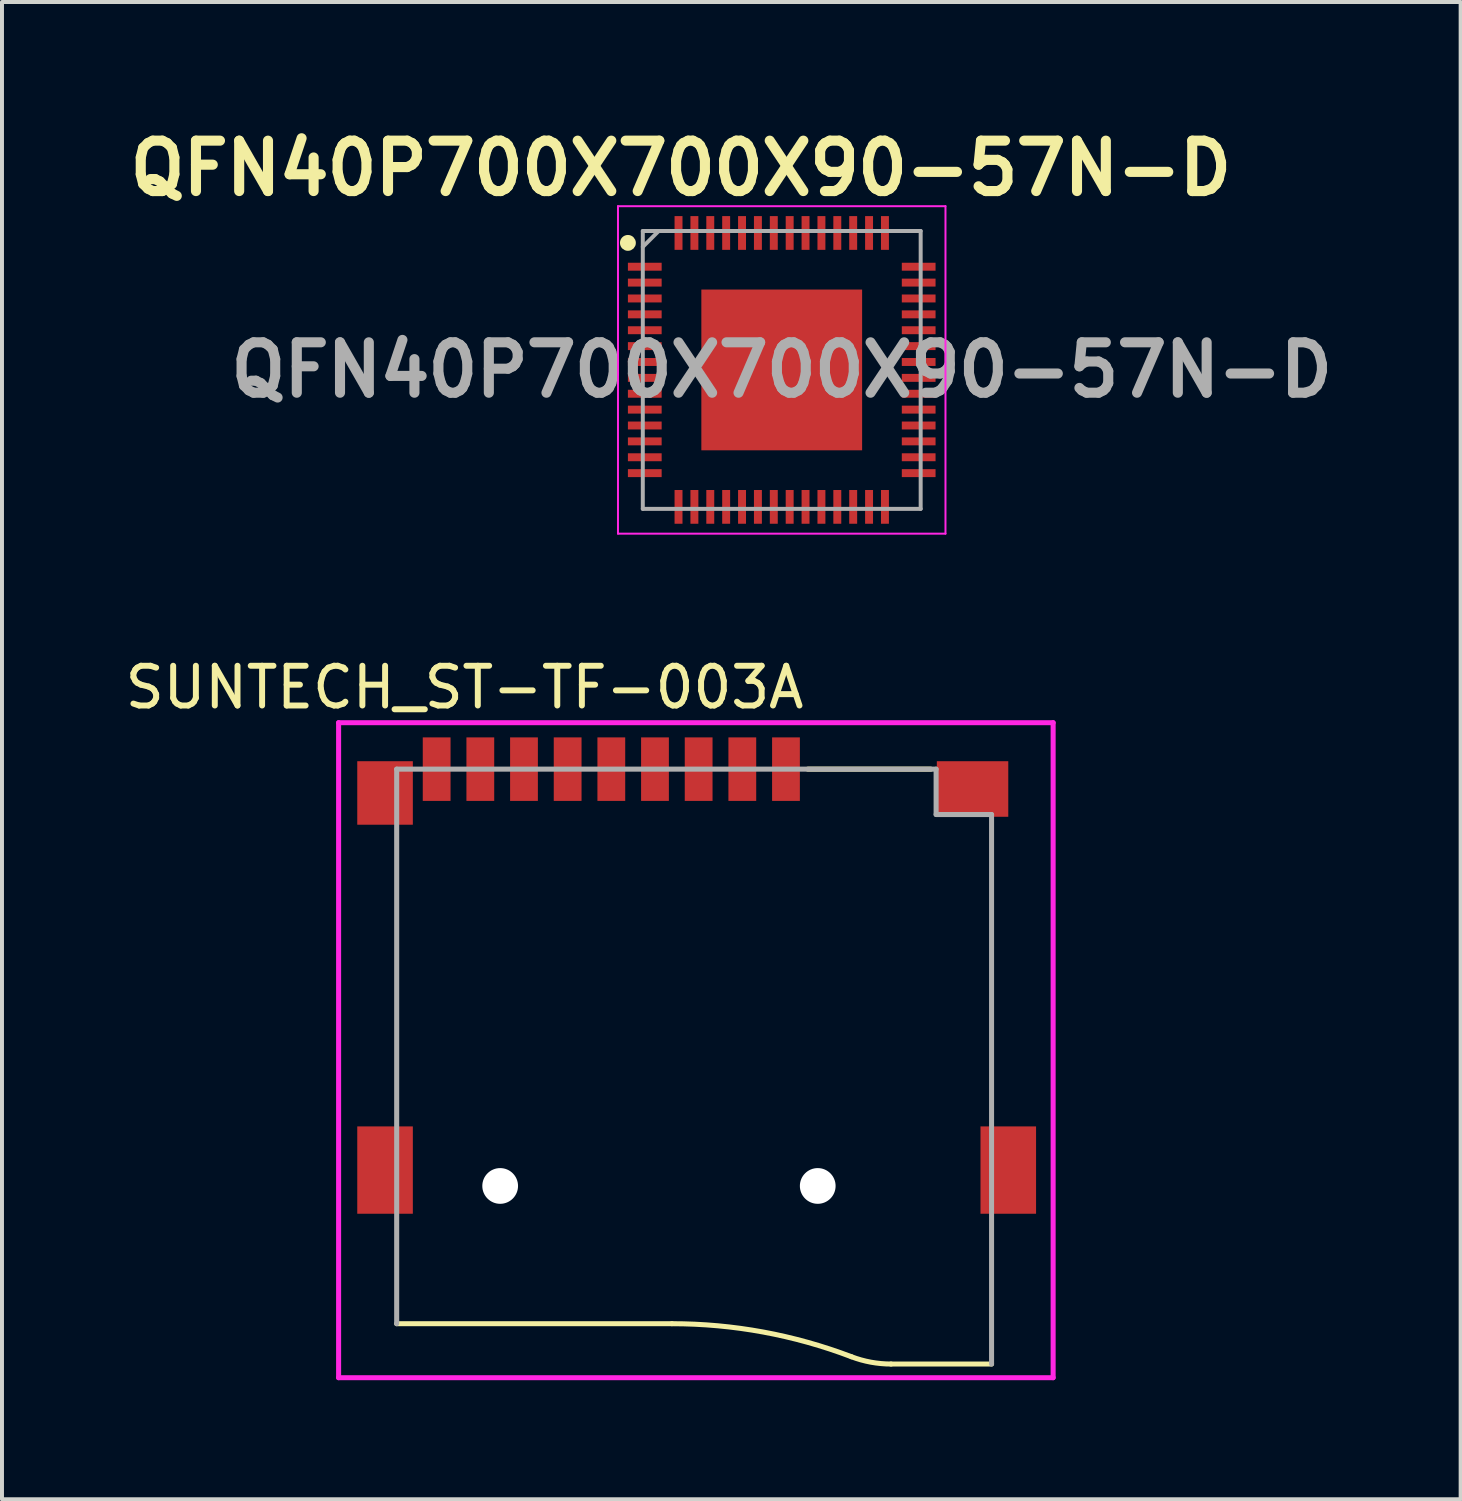
<source format=kicad_pcb>
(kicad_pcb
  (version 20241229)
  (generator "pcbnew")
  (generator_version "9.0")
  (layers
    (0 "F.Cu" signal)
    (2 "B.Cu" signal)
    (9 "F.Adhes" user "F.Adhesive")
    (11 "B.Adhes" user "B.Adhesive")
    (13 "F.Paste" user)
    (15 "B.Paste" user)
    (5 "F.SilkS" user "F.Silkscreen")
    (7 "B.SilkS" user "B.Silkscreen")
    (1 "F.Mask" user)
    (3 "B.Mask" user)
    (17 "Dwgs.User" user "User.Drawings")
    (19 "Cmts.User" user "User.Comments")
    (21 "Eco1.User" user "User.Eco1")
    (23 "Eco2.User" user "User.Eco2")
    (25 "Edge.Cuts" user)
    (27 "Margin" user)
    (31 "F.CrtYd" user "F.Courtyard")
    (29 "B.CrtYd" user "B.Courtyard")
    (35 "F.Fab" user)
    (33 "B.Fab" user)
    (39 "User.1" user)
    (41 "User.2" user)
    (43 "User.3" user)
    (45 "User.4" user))
  (footprint "SUNTECH_ST-TF-003A"
    (layer "F.Cu")
    (at 13.23 21.656)
    (property "Reference" "SUNTECH_ST-TF-003A" (at -4.577 -7.389 0) (layer "F.SilkS") (effects (font (size 1.001 1.001) (thickness 0.15))))
    (attr through_hole)
    (fp_line (start 0.647 8.64) (end -6.287 8.64) (stroke (width 0.127) (type solid)) (layer "F.SilkS"))
    (fp_line (start 7.17 -5.33) (end 4.07 -5.33) (stroke (width 0.127) (type solid)) (layer "F.SilkS"))
    (fp_line (start 8.699 9.656) (end 6.168 9.656) (stroke (width 0.127) (type solid)) (layer "F.SilkS"))
    (fp_arc (start 0.6469 8.64) (mid 2.945408 8.849734) (end 5.168 9.472) (stroke (width 0.127) (type solid)) (layer "F.SilkS"))
    (fp_arc (start 6.1679 9.656) (mid 5.659555 9.609621) (end 5.168 9.472) (stroke (width 0.127) (type solid)) (layer "F.SilkS"))
    (fp_line (start -7.75 -6.5) (end 10.25 -6.5) (stroke (width 0.127) (type solid)) (layer "F.CrtYd"))
    (fp_line (start -7.75 10) (end -7.75 -6.5) (stroke (width 0.127) (type solid)) (layer "F.CrtYd"))
    (fp_line (start 10.25 -6.5) (end 10.25 10) (stroke (width 0.127) (type solid)) (layer "F.CrtYd"))
    (fp_line (start 10.25 10) (end -7.75 10) (stroke (width 0.127) (type solid)) (layer "F.CrtYd"))
    (fp_line (start -6.287 -5.33) (end 7.302 -5.33) (stroke (width 0.127) (type solid)) (layer "F.Fab"))
    (fp_line (start -6.287 8.64) (end -6.287 -5.33) (stroke (width 0.127) (type solid)) (layer "F.Fab"))
    (fp_line (start 7.302 -5.33) (end 7.302 -4.187) (stroke (width 0.127) (type solid)) (layer "F.Fab"))
    (fp_line (start 7.302 -4.187) (end 8.699 -4.187) (stroke (width 0.127) (type solid)) (layer "F.Fab"))
    (fp_line (start 8.699 -4.187) (end 8.699 9.656) (stroke (width 0.127) (type solid)) (layer "F.Fab"))
    (pad "" np_thru_hole circle (at -3.68 5.17) (size 0.9 0.9) (drill 0.9) (layers "*.Cu" "*.Mask"))
    (pad "" np_thru_hole circle (at 4.32 5.17) (size 0.9 0.9) (drill 0.9) (layers "*.Cu" "*.Mask"))
    (pad "1" smd rect (at 3.52 -5.33 270) (size 1.6 0.7) (layers "F.Cu" "F.Mask" "F.Paste"))
    (pad "2" smd rect (at 2.42 -5.33 270) (size 1.6 0.7) (layers "F.Cu" "F.Mask" "F.Paste"))
    (pad "3" smd rect (at 1.32 -5.33 270) (size 1.6 0.7) (layers "F.Cu" "F.Mask" "F.Paste"))
    (pad "4" smd rect (at 0.22 -5.33 270) (size 1.6 0.7) (layers "F.Cu" "F.Mask" "F.Paste"))
    (pad "5" smd rect (at -0.88 -5.33 270) (size 1.6 0.7) (layers "F.Cu" "F.Mask" "F.Paste"))
    (pad "6" smd rect (at -1.98 -5.33 270) (size 1.6 0.7) (layers "F.Cu" "F.Mask" "F.Paste"))
    (pad "7" smd rect (at -3.08 -5.33 270) (size 1.6 0.7) (layers "F.Cu" "F.Mask" "F.Paste"))
    (pad "8" smd rect (at -4.18 -5.33 270) (size 1.6 0.7) (layers "F.Cu" "F.Mask" "F.Paste"))
    (pad "9" smd rect (at -5.28 -5.33 270) (size 1.6 0.7) (layers "F.Cu" "F.Mask" "F.Paste"))
    (pad "G1" smd rect (at -6.58 -4.73 270) (size 1.6 1.4) (layers "F.Cu" "F.Mask" "F.Paste"))
    (pad "G2" smd rect (at -6.58 4.77 270) (size 2.2 1.4) (layers "F.Cu" "F.Mask" "F.Paste"))
    (pad "G3" smd rect (at 9.12 4.77 270) (size 2.2 1.4) (layers "F.Cu" "F.Mask" "F.Paste"))
    (pad "G4" smd rect (at 8.22 -4.83 270) (size 1.4 1.8) (layers "F.Cu" "F.Mask" "F.Paste"))
    (zone (net_name "") (layer "F.Cu") (hatch full 0.508) (connect_pads) (min_thickness 0.01) (filled_areas_thickness no) (keepout (tracks not_allowed) (vias not_allowed) (pads not_allowed) (copperpour not_allowed) (footprints allowed)) (placement (enabled no)) (fill) (polygon (pts (xy 11.899 17.226) (xy 13.9 17.226) (xy 13.9 26.231) (xy 11.899 26.231)))))
  (footprint "QFN40P700X700X90-57N-D"
    (layer "F.Cu")
    (at 16.643 6.269)
    (property "Reference" "QFN40P700X700X90-57N-D" (at -2.54 -5.08 0) (layer "F.SilkS") (effects (font (size 1.27 1.27) (thickness 0.254))))
    (attr smd)
    (fp_circle (center -3.875 -3.2) (end -3.875 -3.1) (stroke (width 0.2) (type solid)) (fill no) (layer "F.SilkS"))
    (fp_line (start -4.125 -4.125) (end 4.125 -4.125) (stroke (width 0.05) (type solid)) (layer "F.CrtYd"))
    (fp_line (start -4.125 4.125) (end -4.125 -4.125) (stroke (width 0.05) (type solid)) (layer "F.CrtYd"))
    (fp_line (start 4.125 -4.125) (end 4.125 4.125) (stroke (width 0.05) (type solid)) (layer "F.CrtYd"))
    (fp_line (start 4.125 4.125) (end -4.125 4.125) (stroke (width 0.05) (type solid)) (layer "F.CrtYd"))
    (fp_line (start -3.5 -3.5) (end 3.5 -3.5) (stroke (width 0.1) (type solid)) (layer "F.Fab"))
    (fp_line (start -3.5 -3.1) (end -3.1 -3.5) (stroke (width 0.1) (type solid)) (layer "F.Fab"))
    (fp_line (start -3.5 3.5) (end -3.5 -3.5) (stroke (width 0.1) (type solid)) (layer "F.Fab"))
    (fp_line (start 3.5 -3.5) (end 3.5 3.5) (stroke (width 0.1) (type solid)) (layer "F.Fab"))
    (fp_line (start 3.5 3.5) (end -3.5 3.5) (stroke (width 0.1) (type solid)) (layer "F.Fab"))
    (fp_text user "${REFERENCE}" (at 0 0 0) (layer "F.Fab") (effects (font (size 1.27 1.27) (thickness 0.254))))
    (pad "1" smd rect (at -3.45 -2.6 90) (size 0.2 0.85) (layers "F.Cu" "F.Mask" "F.Paste"))
    (pad "2" smd rect (at -3.45 -2.2 90) (size 0.2 0.85) (layers "F.Cu" "F.Mask" "F.Paste"))
    (pad "3" smd rect (at -3.45 -1.8 90) (size 0.2 0.85) (layers "F.Cu" "F.Mask" "F.Paste"))
    (pad "4" smd rect (at -3.45 -1.4 90) (size 0.2 0.85) (layers "F.Cu" "F.Mask" "F.Paste"))
    (pad "5" smd rect (at -3.45 -1 90) (size 0.2 0.85) (layers "F.Cu" "F.Mask" "F.Paste"))
    (pad "6" smd rect (at -3.45 -0.6 90) (size 0.2 0.85) (layers "F.Cu" "F.Mask" "F.Paste"))
    (pad "7" smd rect (at -3.45 -0.2 90) (size 0.2 0.85) (layers "F.Cu" "F.Mask" "F.Paste"))
    (pad "8" smd rect (at -3.45 0.2 90) (size 0.2 0.85) (layers "F.Cu" "F.Mask" "F.Paste"))
    (pad "9" smd rect (at -3.45 0.6 90) (size 0.2 0.85) (layers "F.Cu" "F.Mask" "F.Paste"))
    (pad "10" smd rect (at -3.45 1 90) (size 0.2 0.85) (layers "F.Cu" "F.Mask" "F.Paste"))
    (pad "11" smd rect (at -3.45 1.4 90) (size 0.2 0.85) (layers "F.Cu" "F.Mask" "F.Paste"))
    (pad "12" smd rect (at -3.45 1.8 90) (size 0.2 0.85) (layers "F.Cu" "F.Mask" "F.Paste"))
    (pad "13" smd rect (at -3.45 2.2 90) (size 0.2 0.85) (layers "F.Cu" "F.Mask" "F.Paste"))
    (pad "14" smd rect (at -3.45 2.6 90) (size 0.2 0.85) (layers "F.Cu" "F.Mask" "F.Paste"))
    (pad "15" smd rect (at -2.6 3.45) (size 0.2 0.85) (layers "F.Cu" "F.Mask" "F.Paste"))
    (pad "16" smd rect (at -2.2 3.45) (size 0.2 0.85) (layers "F.Cu" "F.Mask" "F.Paste"))
    (pad "17" smd rect (at -1.8 3.45) (size 0.2 0.85) (layers "F.Cu" "F.Mask" "F.Paste"))
    (pad "18" smd rect (at -1.4 3.45) (size 0.2 0.85) (layers "F.Cu" "F.Mask" "F.Paste"))
    (pad "19" smd rect (at -1 3.45) (size 0.2 0.85) (layers "F.Cu" "F.Mask" "F.Paste"))
    (pad "20" smd rect (at -0.6 3.45) (size 0.2 0.85) (layers "F.Cu" "F.Mask" "F.Paste"))
    (pad "21" smd rect (at -0.2 3.45) (size 0.2 0.85) (layers "F.Cu" "F.Mask" "F.Paste"))
    (pad "22" smd rect (at 0.2 3.45) (size 0.2 0.85) (layers "F.Cu" "F.Mask" "F.Paste"))
    (pad "23" smd rect (at 0.6 3.45) (size 0.2 0.85) (layers "F.Cu" "F.Mask" "F.Paste"))
    (pad "24" smd rect (at 1 3.45) (size 0.2 0.85) (layers "F.Cu" "F.Mask" "F.Paste"))
    (pad "25" smd rect (at 1.4 3.45) (size 0.2 0.85) (layers "F.Cu" "F.Mask" "F.Paste"))
    (pad "26" smd rect (at 1.8 3.45) (size 0.2 0.85) (layers "F.Cu" "F.Mask" "F.Paste"))
    (pad "27" smd rect (at 2.2 3.45) (size 0.2 0.85) (layers "F.Cu" "F.Mask" "F.Paste"))
    (pad "28" smd rect (at 2.6 3.45) (size 0.2 0.85) (layers "F.Cu" "F.Mask" "F.Paste"))
    (pad "29" smd rect (at 3.45 2.6 90) (size 0.2 0.85) (layers "F.Cu" "F.Mask" "F.Paste"))
    (pad "30" smd rect (at 3.45 2.2 90) (size 0.2 0.85) (layers "F.Cu" "F.Mask" "F.Paste"))
    (pad "31" smd rect (at 3.45 1.8 90) (size 0.2 0.85) (layers "F.Cu" "F.Mask" "F.Paste"))
    (pad "32" smd rect (at 3.45 1.4 90) (size 0.2 0.85) (layers "F.Cu" "F.Mask" "F.Paste"))
    (pad "33" smd rect (at 3.45 1 90) (size 0.2 0.85) (layers "F.Cu" "F.Mask" "F.Paste"))
    (pad "34" smd rect (at 3.45 0.6 90) (size 0.2 0.85) (layers "F.Cu" "F.Mask" "F.Paste"))
    (pad "35" smd rect (at 3.45 0.2 90) (size 0.2 0.85) (layers "F.Cu" "F.Mask" "F.Paste"))
    (pad "36" smd rect (at 3.45 -0.2 90) (size 0.2 0.85) (layers "F.Cu" "F.Mask" "F.Paste"))
    (pad "37" smd rect (at 3.45 -0.6 90) (size 0.2 0.85) (layers "F.Cu" "F.Mask" "F.Paste"))
    (pad "38" smd rect (at 3.45 -1 90) (size 0.2 0.85) (layers "F.Cu" "F.Mask" "F.Paste"))
    (pad "39" smd rect (at 3.45 -1.4 90) (size 0.2 0.85) (layers "F.Cu" "F.Mask" "F.Paste"))
    (pad "40" smd rect (at 3.45 -1.8 90) (size 0.2 0.85) (layers "F.Cu" "F.Mask" "F.Paste"))
    (pad "41" smd rect (at 3.45 -2.2 90) (size 0.2 0.85) (layers "F.Cu" "F.Mask" "F.Paste"))
    (pad "42" smd rect (at 3.45 -2.6 90) (size 0.2 0.85) (layers "F.Cu" "F.Mask" "F.Paste"))
    (pad "43" smd rect (at 2.6 -3.45) (size 0.2 0.85) (layers "F.Cu" "F.Mask" "F.Paste"))
    (pad "44" smd rect (at 2.2 -3.45) (size 0.2 0.85) (layers "F.Cu" "F.Mask" "F.Paste"))
    (pad "45" smd rect (at 1.8 -3.45) (size 0.2 0.85) (layers "F.Cu" "F.Mask" "F.Paste"))
    (pad "46" smd rect (at 1.4 -3.45) (size 0.2 0.85) (layers "F.Cu" "F.Mask" "F.Paste"))
    (pad "47" smd rect (at 1 -3.45) (size 0.2 0.85) (layers "F.Cu" "F.Mask" "F.Paste"))
    (pad "48" smd rect (at 0.6 -3.45) (size 0.2 0.85) (layers "F.Cu" "F.Mask" "F.Paste"))
    (pad "49" smd rect (at 0.2 -3.45) (size 0.2 0.85) (layers "F.Cu" "F.Mask" "F.Paste"))
    (pad "50" smd rect (at -0.2 -3.45) (size 0.2 0.85) (layers "F.Cu" "F.Mask" "F.Paste"))
    (pad "51" smd rect (at -0.6 -3.45) (size 0.2 0.85) (layers "F.Cu" "F.Mask" "F.Paste"))
    (pad "52" smd rect (at -1 -3.45) (size 0.2 0.85) (layers "F.Cu" "F.Mask" "F.Paste"))
    (pad "53" smd rect (at -1.4 -3.45) (size 0.2 0.85) (layers "F.Cu" "F.Mask" "F.Paste"))
    (pad "54" smd rect (at -1.8 -3.45) (size 0.2 0.85) (layers "F.Cu" "F.Mask" "F.Paste"))
    (pad "55" smd rect (at -2.2 -3.45) (size 0.2 0.85) (layers "F.Cu" "F.Mask" "F.Paste"))
    (pad "56" smd rect (at -2.6 -3.45) (size 0.2 0.85) (layers "F.Cu" "F.Mask" "F.Paste"))
    (pad "57" smd rect (at 0 0) (size 4.05 4.05) (layers "F.Cu" "F.Mask" "F.Paste")))
  (gr_rect
    (start -3 -3)
    (end 33.746 34.719)
    (stroke (width 0.1) (type default))
    (fill no)
    (layer "Edge.Cuts")))
</source>
